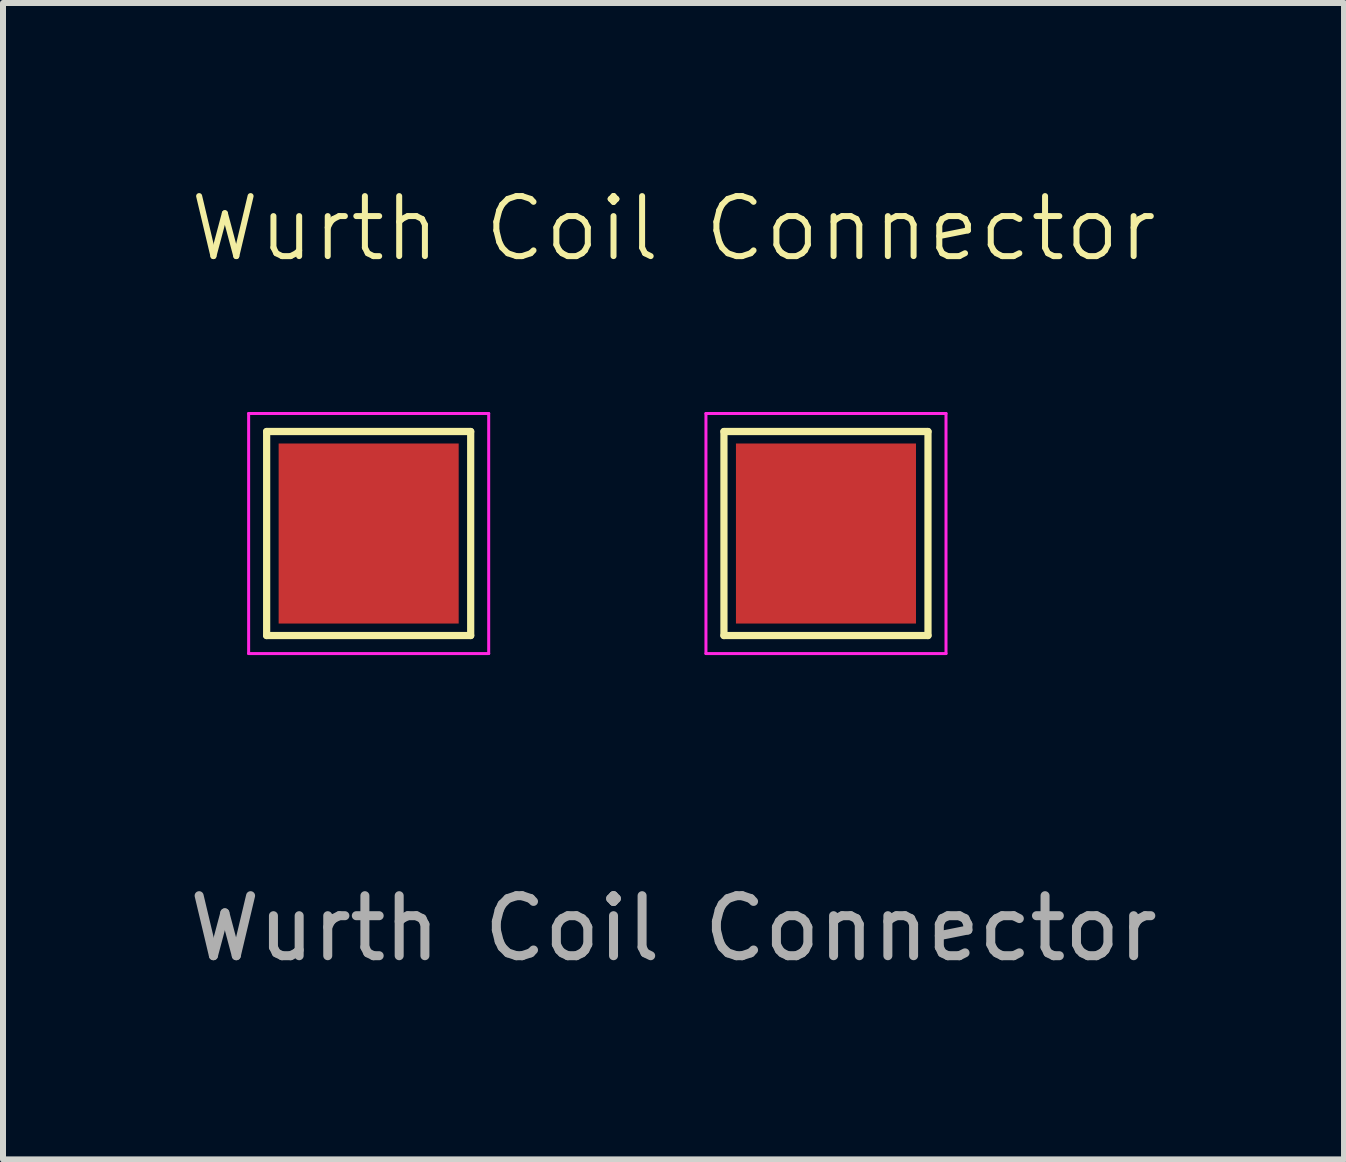
<source format=kicad_pcb>
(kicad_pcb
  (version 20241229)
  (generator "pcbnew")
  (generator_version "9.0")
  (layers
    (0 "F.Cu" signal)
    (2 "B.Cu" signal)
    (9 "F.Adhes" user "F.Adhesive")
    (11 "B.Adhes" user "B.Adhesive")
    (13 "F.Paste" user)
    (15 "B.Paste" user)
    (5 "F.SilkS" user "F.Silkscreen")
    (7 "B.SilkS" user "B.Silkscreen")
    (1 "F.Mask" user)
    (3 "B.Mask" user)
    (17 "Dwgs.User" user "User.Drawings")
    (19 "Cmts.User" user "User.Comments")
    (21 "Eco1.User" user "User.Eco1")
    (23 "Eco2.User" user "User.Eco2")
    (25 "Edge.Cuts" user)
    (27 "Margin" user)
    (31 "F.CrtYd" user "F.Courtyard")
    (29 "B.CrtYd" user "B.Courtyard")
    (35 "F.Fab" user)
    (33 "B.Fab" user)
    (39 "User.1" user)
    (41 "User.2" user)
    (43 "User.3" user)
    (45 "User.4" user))
  (footprint "Wurth Coil Connector"
    (layer "F.Cu")
    (at 3.093 5.84)
    (property "Reference" "Wurth Coil Connector" (at 5.08 -5.08 0) (unlocked yes) (layer "F.SilkS") (effects (font (size 1 1) (thickness 0.1))))
    (attr smd)
    (fp_line (start -1.7 -1.7) (end 1.7 -1.7) (stroke (width 0.12) (type solid)) (layer "F.SilkS"))
    (fp_line (start -1.7 1.7) (end -1.7 -1.7) (stroke (width 0.12) (type solid)) (layer "F.SilkS"))
    (fp_line (start 1.7 -1.7) (end 1.7 1.7) (stroke (width 0.12) (type solid)) (layer "F.SilkS"))
    (fp_line (start 1.7 1.7) (end -1.7 1.7) (stroke (width 0.12) (type solid)) (layer "F.SilkS"))
    (fp_line (start 5.92 -1.7) (end 9.32 -1.7) (stroke (width 0.12) (type solid)) (layer "F.SilkS"))
    (fp_line (start 5.92 1.7) (end 5.92 -1.7) (stroke (width 0.12) (type solid)) (layer "F.SilkS"))
    (fp_line (start 9.32 -1.7) (end 9.32 1.7) (stroke (width 0.12) (type solid)) (layer "F.SilkS"))
    (fp_line (start 9.32 1.7) (end 5.92 1.7) (stroke (width 0.12) (type solid)) (layer "F.SilkS"))
    (fp_line (start -2 -2) (end -2 2) (stroke (width 0.05) (type solid)) (layer "F.CrtYd"))
    (fp_line (start -2 -2) (end 2 -2) (stroke (width 0.05) (type solid)) (layer "F.CrtYd"))
    (fp_line (start 2 2) (end -2 2) (stroke (width 0.05) (type solid)) (layer "F.CrtYd"))
    (fp_line (start 2 2) (end 2 -2) (stroke (width 0.05) (type solid)) (layer "F.CrtYd"))
    (fp_line (start 5.62 -2) (end 5.62 2) (stroke (width 0.05) (type solid)) (layer "F.CrtYd"))
    (fp_line (start 5.62 -2) (end 9.62 -2) (stroke (width 0.05) (type solid)) (layer "F.CrtYd"))
    (fp_line (start 9.62 2) (end 5.62 2) (stroke (width 0.05) (type solid)) (layer "F.CrtYd"))
    (fp_line (start 9.62 2) (end 9.62 -2) (stroke (width 0.05) (type solid)) (layer "F.CrtYd"))
    (fp_text user "${REFERENCE}" (at 5.08 6.58 0) (unlocked yes) (layer "F.Fab") (effects (font (size 1 1) (thickness 0.15))))
    (pad "1" smd rect (at 0 0) (size 3 3) (layers "F.Cu" "F.Mask"))
    (pad "2" smd rect (at 7.62 0) (size 3 3) (layers "F.Cu" "F.Mask")))
  (gr_rect
    (start -3 -3)
    (end 19.345 16.269)
    (stroke (width 0.1) (type default))
    (fill no)
    (layer "Edge.Cuts")))
</source>
